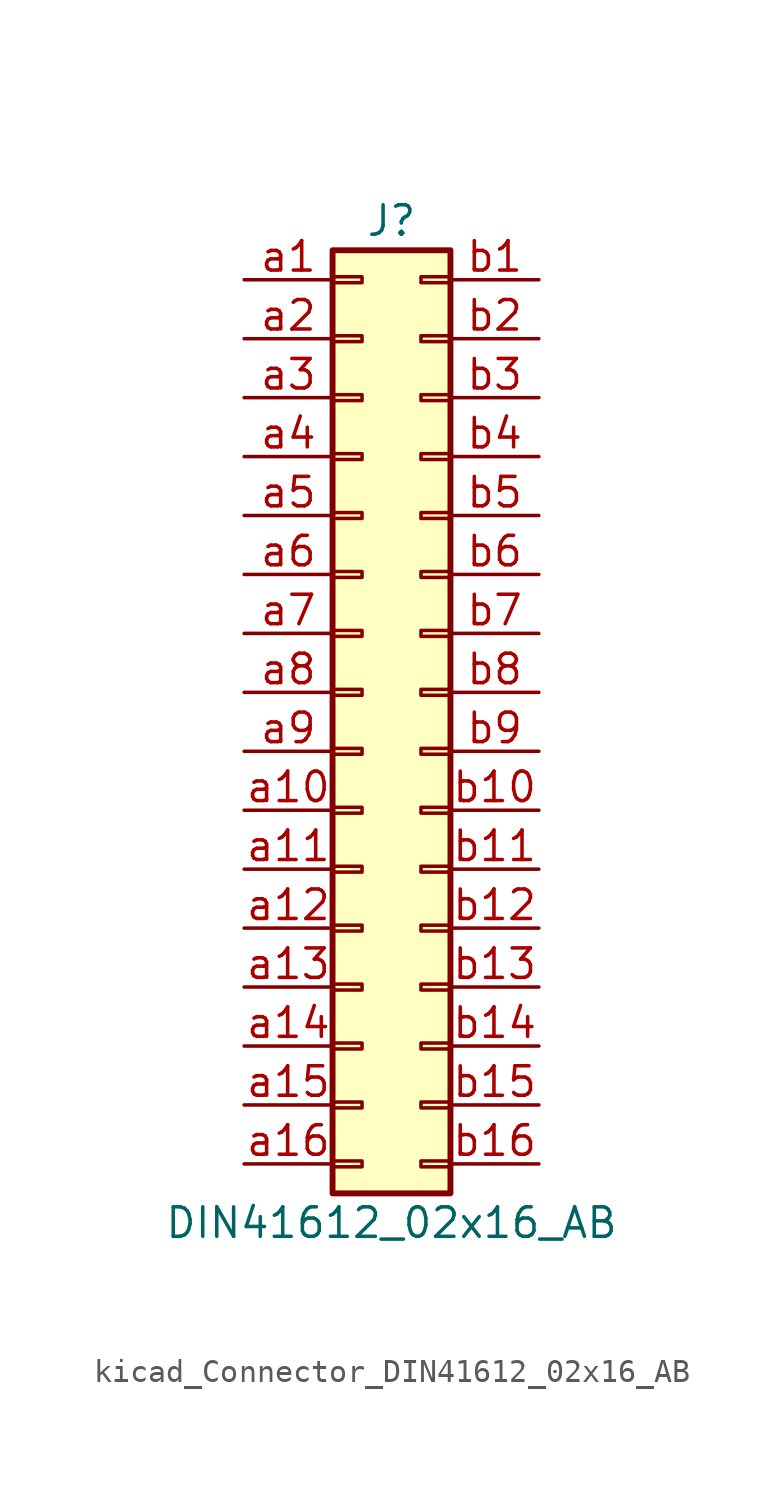
<source format=kicad_sym>
(kicad_symbol_lib
  (version 20220914)
  (generator kicad_symbol_editor)
  (symbol "kicad_Connector_DIN41612_02x16_AB"
    (pin_names
      (offset 1.016) hide)
    (property "Reference" "J"
      (at 1.27 20.32 0)
      (effects (font (size 1.27 1.27))))
    (property "Value" "DIN41612_02x16_AB"
      (at 1.27 -22.86 0)
      (effects (font (size 1.27 1.27))))
    (symbol "kicad_Connector_DIN41612_02x16_AB_1_1"
      (rectangle (start -1.27 -20.193) (end 0 -20.447) (stroke (width 0.152) (type default)) (fill (type none)))
      (rectangle (start -1.27 -17.653) (end 0 -17.907) (stroke (width 0.152) (type default)) (fill (type none)))
      (rectangle (start -1.27 -15.113) (end 0 -15.367) (stroke (width 0.152) (type default)) (fill (type none)))
      (rectangle (start -1.27 -12.573) (end 0 -12.827) (stroke (width 0.152) (type default)) (fill (type none)))
      (rectangle (start -1.27 -10.033) (end 0 -10.287) (stroke (width 0.152) (type default)) (fill (type none)))
      (rectangle (start -1.27 -7.493) (end 0 -7.747) (stroke (width 0.152) (type default)) (fill (type none)))
      (rectangle (start -1.27 -4.953) (end 0 -5.207) (stroke (width 0.152) (type default)) (fill (type none)))
      (rectangle (start -1.27 -2.413) (end 0 -2.667) (stroke (width 0.152) (type default)) (fill (type none)))
      (rectangle (start -1.27 0.127) (end 0 -0.127) (stroke (width 0.152) (type default)) (fill (type none)))
      (rectangle (start -1.27 2.667) (end 0 2.413) (stroke (width 0.152) (type default)) (fill (type none)))
      (rectangle (start -1.27 5.207) (end 0 4.953) (stroke (width 0.152) (type default)) (fill (type none)))
      (rectangle (start -1.27 7.747) (end 0 7.493) (stroke (width 0.152) (type default)) (fill (type none)))
      (rectangle (start -1.27 10.287) (end 0 10.033) (stroke (width 0.152) (type default)) (fill (type none)))
      (rectangle (start -1.27 12.827) (end 0 12.573) (stroke (width 0.152) (type default)) (fill (type none)))
      (rectangle (start -1.27 15.367) (end 0 15.113) (stroke (width 0.152) (type default)) (fill (type none)))
      (rectangle (start -1.27 17.907) (end 0 17.653) (stroke (width 0.152) (type default)) (fill (type none)))
      (rectangle (start -1.27 19.05) (end 3.81 -21.59) (stroke (width 0.254) (type default)) (fill (type background)))
      (rectangle (start 3.81 -20.193) (end 2.54 -20.447) (stroke (width 0.152) (type default)) (fill (type none)))
      (rectangle (start 3.81 -17.653) (end 2.54 -17.907) (stroke (width 0.152) (type default)) (fill (type none)))
      (rectangle (start 3.81 -15.113) (end 2.54 -15.367) (stroke (width 0.152) (type default)) (fill (type none)))
      (rectangle (start 3.81 -12.573) (end 2.54 -12.827) (stroke (width 0.152) (type default)) (fill (type none)))
      (rectangle (start 3.81 -10.033) (end 2.54 -10.287) (stroke (width 0.152) (type default)) (fill (type none)))
      (rectangle (start 3.81 -7.493) (end 2.54 -7.747) (stroke (width 0.152) (type default)) (fill (type none)))
      (rectangle (start 3.81 -4.953) (end 2.54 -5.207) (stroke (width 0.152) (type default)) (fill (type none)))
      (rectangle (start 3.81 -2.413) (end 2.54 -2.667) (stroke (width 0.152) (type default)) (fill (type none)))
      (rectangle (start 3.81 0.127) (end 2.54 -0.127) (stroke (width 0.152) (type default)) (fill (type none)))
      (rectangle (start 3.81 2.667) (end 2.54 2.413) (stroke (width 0.152) (type default)) (fill (type none)))
      (rectangle (start 3.81 5.207) (end 2.54 4.953) (stroke (width 0.152) (type default)) (fill (type none)))
      (rectangle (start 3.81 7.747) (end 2.54 7.493) (stroke (width 0.152) (type default)) (fill (type none)))
      (rectangle (start 3.81 10.287) (end 2.54 10.033) (stroke (width 0.152) (type default)) (fill (type none)))
      (rectangle (start 3.81 12.827) (end 2.54 12.573) (stroke (width 0.152) (type default)) (fill (type none)))
      (rectangle (start 3.81 15.367) (end 2.54 15.113) (stroke (width 0.152) (type default)) (fill (type none)))
      (rectangle (start 3.81 17.907) (end 2.54 17.653) (stroke (width 0.152) (type default)) (fill (type none)))
      (pin passive line (at -5.08 17.78 0) (length 3.81) (name "Pin_a1" (effects (font (size 1.27 1.27)))) (number "a1" (effects (font (size 1.27 1.27)))))
      (pin passive line (at -5.08 -5.08 0) (length 3.81) (name "Pin_a10" (effects (font (size 1.27 1.27)))) (number "a10" (effects (font (size 1.27 1.27)))))
      (pin passive line (at -5.08 -7.62 0) (length 3.81) (name "Pin_a11" (effects (font (size 1.27 1.27)))) (number "a11" (effects (font (size 1.27 1.27)))))
      (pin passive line (at -5.08 -10.16 0) (length 3.81) (name "Pin_a12" (effects (font (size 1.27 1.27)))) (number "a12" (effects (font (size 1.27 1.27)))))
      (pin passive line (at -5.08 -12.7 0) (length 3.81) (name "Pin_a13" (effects (font (size 1.27 1.27)))) (number "a13" (effects (font (size 1.27 1.27)))))
      (pin passive line (at -5.08 -15.24 0) (length 3.81) (name "Pin_a14" (effects (font (size 1.27 1.27)))) (number "a14" (effects (font (size 1.27 1.27)))))
      (pin passive line (at -5.08 -17.78 0) (length 3.81) (name "Pin_a15" (effects (font (size 1.27 1.27)))) (number "a15" (effects (font (size 1.27 1.27)))))
      (pin passive line (at -5.08 -20.32 0) (length 3.81) (name "Pin_a16" (effects (font (size 1.27 1.27)))) (number "a16" (effects (font (size 1.27 1.27)))))
      (pin passive line (at -5.08 15.24 0) (length 3.81) (name "Pin_a2" (effects (font (size 1.27 1.27)))) (number "a2" (effects (font (size 1.27 1.27)))))
      (pin passive line (at -5.08 12.7 0) (length 3.81) (name "Pin_a3" (effects (font (size 1.27 1.27)))) (number "a3" (effects (font (size 1.27 1.27)))))
      (pin passive line (at -5.08 10.16 0) (length 3.81) (name "Pin_a4" (effects (font (size 1.27 1.27)))) (number "a4" (effects (font (size 1.27 1.27)))))
      (pin passive line (at -5.08 7.62 0) (length 3.81) (name "Pin_a5" (effects (font (size 1.27 1.27)))) (number "a5" (effects (font (size 1.27 1.27)))))
      (pin passive line (at -5.08 5.08 0) (length 3.81) (name "Pin_a6" (effects (font (size 1.27 1.27)))) (number "a6" (effects (font (size 1.27 1.27)))))
      (pin passive line (at -5.08 2.54 0) (length 3.81) (name "Pin_a7" (effects (font (size 1.27 1.27)))) (number "a7" (effects (font (size 1.27 1.27)))))
      (pin passive line (at -5.08 0 0) (length 3.81) (name "Pin_a8" (effects (font (size 1.27 1.27)))) (number "a8" (effects (font (size 1.27 1.27)))))
      (pin passive line (at -5.08 -2.54 0) (length 3.81) (name "Pin_a9" (effects (font (size 1.27 1.27)))) (number "a9" (effects (font (size 1.27 1.27)))))
      (pin passive line (at 7.62 17.78 180) (length 3.81) (name "Pin_b1" (effects (font (size 1.27 1.27)))) (number "b1" (effects (font (size 1.27 1.27)))))
      (pin passive line (at 7.62 -5.08 180) (length 3.81) (name "Pin_b10" (effects (font (size 1.27 1.27)))) (number "b10" (effects (font (size 1.27 1.27)))))
      (pin passive line (at 7.62 -7.62 180) (length 3.81) (name "Pin_b11" (effects (font (size 1.27 1.27)))) (number "b11" (effects (font (size 1.27 1.27)))))
      (pin passive line (at 7.62 -10.16 180) (length 3.81) (name "Pin_b12" (effects (font (size 1.27 1.27)))) (number "b12" (effects (font (size 1.27 1.27)))))
      (pin passive line (at 7.62 -12.7 180) (length 3.81) (name "Pin_b13" (effects (font (size 1.27 1.27)))) (number "b13" (effects (font (size 1.27 1.27)))))
      (pin passive line (at 7.62 -15.24 180) (length 3.81) (name "Pin_b14" (effects (font (size 1.27 1.27)))) (number "b14" (effects (font (size 1.27 1.27)))))
      (pin passive line (at 7.62 -17.78 180) (length 3.81) (name "Pin_b15" (effects (font (size 1.27 1.27)))) (number "b15" (effects (font (size 1.27 1.27)))))
      (pin passive line (at 7.62 -20.32 180) (length 3.81) (name "Pin_b16" (effects (font (size 1.27 1.27)))) (number "b16" (effects (font (size 1.27 1.27)))))
      (pin passive line (at 7.62 15.24 180) (length 3.81) (name "Pin_b2" (effects (font (size 1.27 1.27)))) (number "b2" (effects (font (size 1.27 1.27)))))
      (pin passive line (at 7.62 12.7 180) (length 3.81) (name "Pin_b3" (effects (font (size 1.27 1.27)))) (number "b3" (effects (font (size 1.27 1.27)))))
      (pin passive line (at 7.62 10.16 180) (length 3.81) (name "Pin_b4" (effects (font (size 1.27 1.27)))) (number "b4" (effects (font (size 1.27 1.27)))))
      (pin passive line (at 7.62 7.62 180) (length 3.81) (name "Pin_b5" (effects (font (size 1.27 1.27)))) (number "b5" (effects (font (size 1.27 1.27)))))
      (pin passive line (at 7.62 5.08 180) (length 3.81) (name "Pin_b6" (effects (font (size 1.27 1.27)))) (number "b6" (effects (font (size 1.27 1.27)))))
      (pin passive line (at 7.62 2.54 180) (length 3.81) (name "Pin_b7" (effects (font (size 1.27 1.27)))) (number "b7" (effects (font (size 1.27 1.27)))))
      (pin passive line (at 7.62 0 180) (length 3.81) (name "Pin_b8" (effects (font (size 1.27 1.27)))) (number "b8" (effects (font (size 1.27 1.27)))))
      (pin passive line (at 7.62 -2.54 180) (length 3.81) (name "Pin_b9" (effects (font (size 1.27 1.27)))) (number "b9" (effects (font (size 1.27 1.27))))))))
</source>
